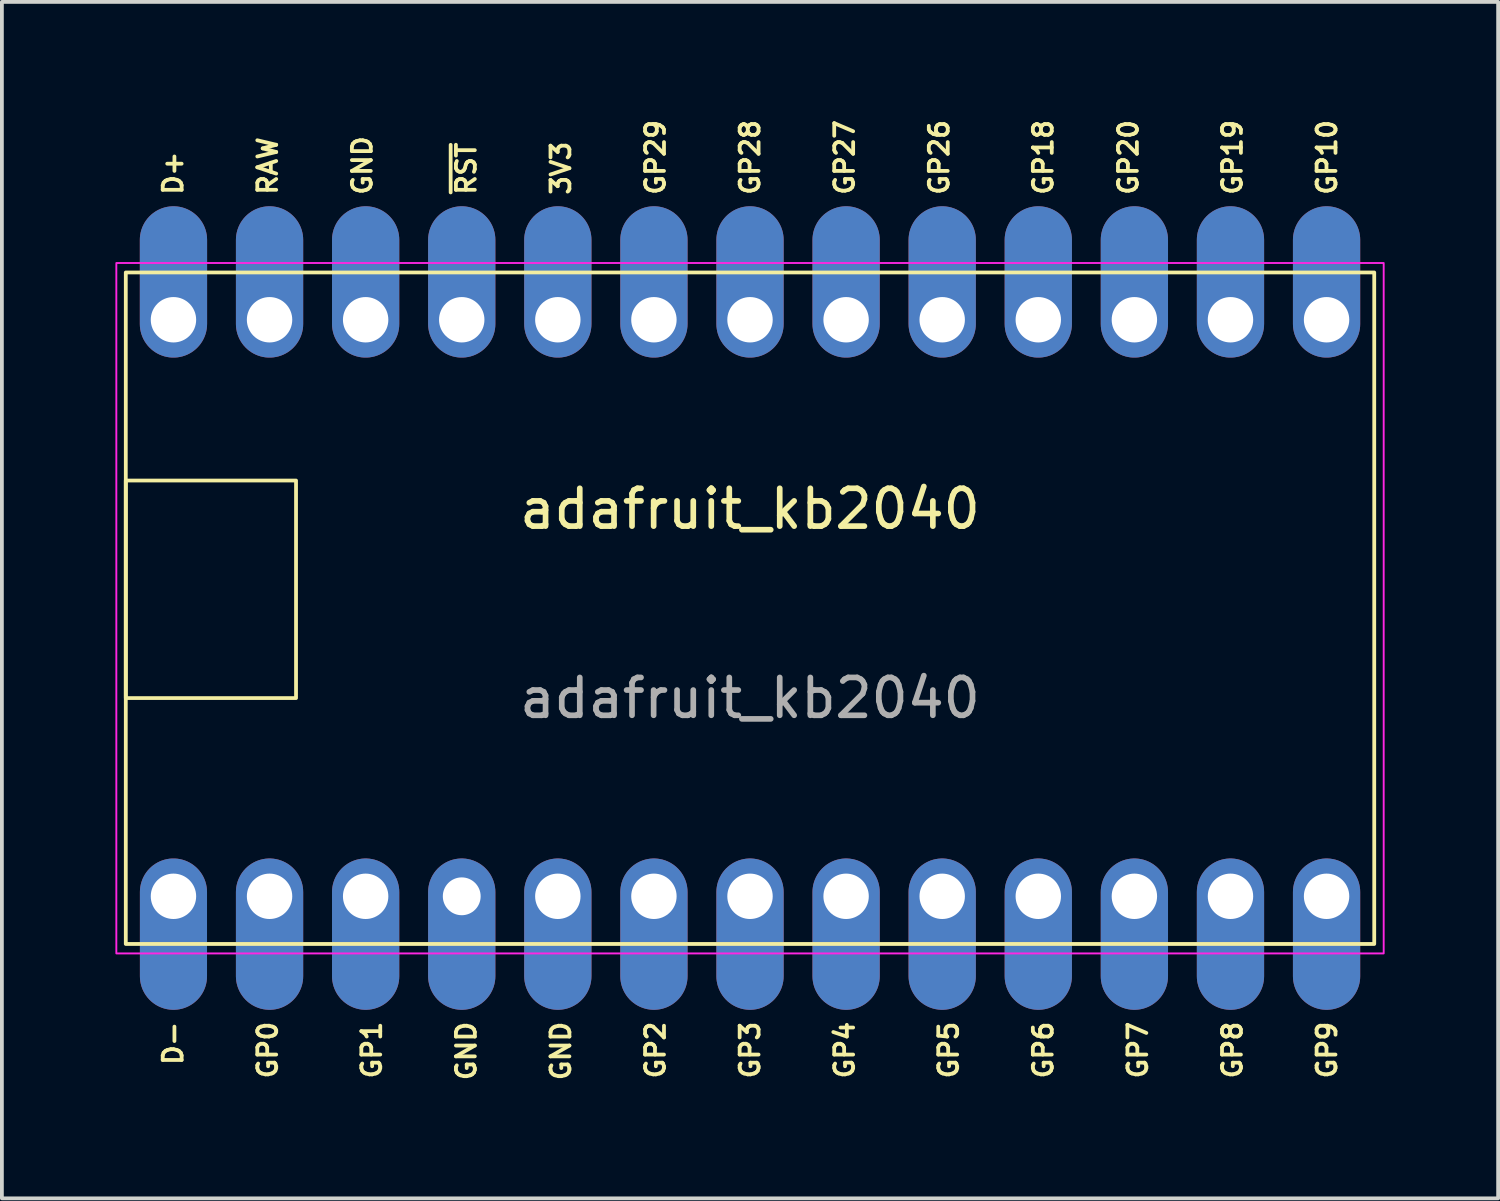
<source format=kicad_pcb>
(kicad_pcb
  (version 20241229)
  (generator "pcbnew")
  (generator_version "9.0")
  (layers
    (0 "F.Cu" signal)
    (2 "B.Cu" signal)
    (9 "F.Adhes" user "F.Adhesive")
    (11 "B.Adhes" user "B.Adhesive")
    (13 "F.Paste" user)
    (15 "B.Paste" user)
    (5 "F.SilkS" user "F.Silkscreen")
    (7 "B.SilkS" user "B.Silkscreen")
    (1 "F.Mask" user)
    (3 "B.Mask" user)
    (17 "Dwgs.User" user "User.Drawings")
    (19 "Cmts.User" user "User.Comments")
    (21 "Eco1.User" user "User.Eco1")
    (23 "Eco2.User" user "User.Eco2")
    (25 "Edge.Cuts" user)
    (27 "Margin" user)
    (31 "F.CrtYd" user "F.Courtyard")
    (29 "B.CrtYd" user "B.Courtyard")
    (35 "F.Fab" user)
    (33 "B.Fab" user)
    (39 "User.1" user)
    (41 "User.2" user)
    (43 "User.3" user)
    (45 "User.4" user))
  (footprint "adafruit_kb2040"
    (layer "F.Cu")
    (at 16.775 12.902)
    (property "Reference" "adafruit_kb2040" (at 0 -2.5 0) (unlocked yes) (layer "F.SilkS") (effects (font (size 1 1) (thickness 0.15))))
    (attr through_hole)
    (fp_rect (start -16.5 -8.75) (end 16.5 9) (stroke (width 0.1) (type default)) (fill no) (layer "F.SilkS"))
    (fp_rect (start -16.5 -3.25) (end -12 2.5) (stroke (width 0.1) (type default)) (fill no) (layer "F.SilkS"))
    (fp_rect (start -16.75 -9) (end 16.75 9.25) (stroke (width 0.05) (type default)) (fill no) (layer "F.CrtYd"))
    (fp_poly (pts (xy -7.874 -7.246) (xy -7.366 -7.246) (xy -7.366 -7.754) (xy -7.874 -7.754)) (stroke (width 0.1) (type default)) (fill no) (layer "F.Fab"))
    (fp_poly (pts (xy -5.334 -7.246) (xy -4.826 -7.246) (xy -4.826 -7.754) (xy -5.334 -7.754)) (stroke (width 0.1) (type default)) (fill no) (layer "F.Fab"))
    (fp_poly (pts (xy -2.794 -7.246) (xy -2.286 -7.246) (xy -2.286 -7.754) (xy -2.794 -7.754)) (stroke (width 0.1) (type default)) (fill no) (layer "F.Fab"))
    (fp_poly (pts (xy -0.254 -7.246) (xy 0.254 -7.246) (xy 0.254 -7.754) (xy -0.254 -7.754)) (stroke (width 0.1) (type default)) (fill no) (layer "F.Fab"))
    (fp_text user "GND" (at -5 11 90) (unlocked yes) (layer "F.SilkS") (effects (font (size 0.5 0.5) (thickness 0.1)) (justify right)))
    (fp_text user "GND" (at -10.25 -10.75 90) (unlocked yes) (layer "F.SilkS") (effects (font (size 0.5 0.5) (thickness 0.1)) (justify left)))
    (fp_text user "GP19" (at 12.75 -10.75 90) (unlocked yes) (layer "F.SilkS") (effects (font (size 0.5 0.5) (thickness 0.1)) (justify left)))
    (fp_text user "D+" (at -15.25 -10.75 90) (unlocked yes) (layer "F.SilkS") (effects (font (size 0.5 0.5) (thickness 0.1)) (justify left)))
    (fp_text user "3V3" (at -5 -10.75 90) (unlocked yes) (layer "F.SilkS") (effects (font (size 0.5 0.5) (thickness 0.1)) (justify left)))
    (fp_text user "GP9" (at 15.25 11 90) (unlocked yes) (layer "F.SilkS") (effects (font (size 0.5 0.5) (thickness 0.1)) (justify right)))
    (fp_text user "GP6" (at 7.75 11 90) (unlocked yes) (layer "F.SilkS") (effects (font (size 0.5 0.5) (thickness 0.1)) (justify right)))
    (fp_text user "GP3" (at 0 11 90) (unlocked yes) (layer "F.SilkS") (effects (font (size 0.5 0.5) (thickness 0.1)) (justify right)))
    (fp_text user "GP1" (at -10 11 90) (unlocked yes) (layer "F.SilkS") (effects (font (size 0.5 0.5) (thickness 0.1)) (justify right)))
    (fp_text user "~{RST}" (at -7.5 -10.75 90) (unlocked yes) (layer "F.SilkS") (effects (font (size 0.5 0.5) (thickness 0.1)) (justify left)))
    (fp_text user "GP2" (at -2.5 11 90) (unlocked yes) (layer "F.SilkS") (effects (font (size 0.5 0.5) (thickness 0.1)) (justify right)))
    (fp_text user "GP26" (at 5 -10.75 90) (unlocked yes) (layer "F.SilkS") (effects (font (size 0.5 0.5) (thickness 0.1)) (justify left)))
    (fp_text user "GP20" (at 10 -10.75 90) (unlocked yes) (layer "F.SilkS") (effects (font (size 0.5 0.5) (thickness 0.1)) (justify left)))
    (fp_text user "GP0" (at -12.75 11 90) (unlocked yes) (layer "F.SilkS") (effects (font (size 0.5 0.5) (thickness 0.1)) (justify right)))
    (fp_text user "GP18" (at 7.75 -10.75 90) (unlocked yes) (layer "F.SilkS") (effects (font (size 0.5 0.5) (thickness 0.1)) (justify left)))
    (fp_text user "RAW" (at -12.75 -10.75 90) (unlocked yes) (layer "F.SilkS") (effects (font (size 0.5 0.5) (thickness 0.1)) (justify left)))
    (fp_text user "GP7" (at 10.25 11 90) (unlocked yes) (layer "F.SilkS") (effects (font (size 0.5 0.5) (thickness 0.1)) (justify right)))
    (fp_text user "GP5" (at 5.25 11 90) (unlocked yes) (layer "F.SilkS") (effects (font (size 0.5 0.5) (thickness 0.1)) (justify right)))
    (fp_text user "GP10" (at 15.25 -10.75 90) (unlocked yes) (layer "F.SilkS") (effects (font (size 0.5 0.5) (thickness 0.1)) (justify left)))
    (fp_text user "GND" (at -7.5 11 90) (unlocked yes) (layer "F.SilkS") (effects (font (size 0.5 0.5) (thickness 0.1)) (justify right)))
    (fp_text user "GP8" (at 12.75 11 90) (unlocked yes) (layer "F.SilkS") (effects (font (size 0.5 0.5) (thickness 0.1)) (justify right)))
    (fp_text user "GP27" (at 2.5 -10.75 90) (unlocked yes) (layer "F.SilkS") (effects (font (size 0.5 0.5) (thickness 0.1)) (justify left)))
    (fp_text user "GP28" (at 0 -10.75 90) (unlocked yes) (layer "F.SilkS") (effects (font (size 0.5 0.5) (thickness 0.1)) (justify left)))
    (fp_text user "D-" (at -15.25 11 90) (unlocked yes) (layer "F.SilkS") (effects (font (size 0.5 0.5) (thickness 0.1)) (justify right)))
    (fp_text user "GP29" (at -2.5 -10.75 90) (unlocked yes) (layer "F.SilkS") (effects (font (size 0.5 0.5) (thickness 0.1)) (justify left)))
    (fp_text user "GP4" (at 2.5 11 90) (unlocked yes) (layer "F.SilkS") (effects (font (size 0.5 0.5) (thickness 0.1)) (justify right)))
    (fp_text user "${REFERENCE}" (at 0 2.5 0) (unlocked yes) (layer "F.Fab") (effects (font (size 1 1) (thickness 0.15))))
    (pad "1" thru_hole oval (at -15.24 7.74 90) (size 4 1.774) (drill 1.2 (offset -1 0)) (layers "*.Cu" "*.Mask"))
    (pad "2" thru_hole oval (at -12.7 7.74 90) (size 4 1.778) (drill 1.2 (offset -1 0)) (layers "*.Cu" "*.Mask"))
    (pad "3" thru_hole oval (at -10.16 7.74 90) (size 4 1.778) (drill 1.2 (offset -1 0)) (layers "*.Cu" "*.Mask"))
    (pad "4" thru_hole oval (at -7.62 7.74 90) (size 4 1.778) (drill 1 (offset -1 0)) (layers "*.Cu" "*.Mask"))
    (pad "5" thru_hole oval (at -5.08 7.74 90) (size 4 1.778) (drill 1.2 (offset -1 0)) (layers "*.Cu" "*.Mask"))
    (pad "6" thru_hole oval (at -2.54 7.74 90) (size 4 1.778) (drill 1.2 (offset -1 0)) (layers "*.Cu" "*.Mask"))
    (pad "7" thru_hole oval (at 0 7.74 90) (size 4 1.778) (drill 1.2 (offset -1 0)) (layers "*.Cu" "*.Mask"))
    (pad "8" thru_hole oval (at 2.54 7.74 90) (size 4 1.778) (drill 1.2 (offset -1 0)) (layers "*.Cu" "*.Mask"))
    (pad "9" thru_hole oval (at 5.08 7.74 90) (size 4 1.778) (drill 1.2 (offset -1 0)) (layers "*.Cu" "*.Mask"))
    (pad "10" thru_hole oval (at 7.62 7.74 90) (size 4 1.778) (drill 1.2 (offset -1 0)) (layers "*.Cu" "*.Mask"))
    (pad "11" thru_hole oval (at 10.16 7.74 90) (size 4 1.778) (drill 1.2 (offset -1 0)) (layers "*.Cu" "*.Mask"))
    (pad "12" thru_hole oval (at 12.7 7.74 90) (size 4 1.778) (drill 1.2 (offset -1 0)) (layers "*.Cu" "*.Mask"))
    (pad "13" thru_hole oval (at 15.24 7.74 90) (size 4 1.778) (drill 1.2 (offset -1 0)) (layers "*.Cu" "*.Mask"))
    (pad "14" thru_hole oval (at 15.24 -7.5 270) (size 4 1.778) (drill 1.2 (offset -1 0)) (layers "*.Cu" "*.Mask"))
    (pad "15" thru_hole oval (at 12.7 -7.5 270) (size 4 1.778) (drill 1.2 (offset -1 0)) (layers "*.Cu" "*.Mask"))
    (pad "16" thru_hole oval (at 10.16 -7.5 270) (size 4 1.778) (drill 1.2 (offset -1 0)) (layers "*.Cu" "*.Mask"))
    (pad "17" thru_hole oval (at 7.62 -7.5 270) (size 4 1.778) (drill 1.2 (offset -1 0)) (layers "*.Cu" "*.Mask"))
    (pad "18" thru_hole oval (at 5.08 -7.5 270) (size 4 1.778) (drill 1.2 (offset -1 0)) (layers "*.Cu" "*.Mask"))
    (pad "19" thru_hole oval (at 2.54 -7.5 270) (size 4 1.778) (drill 1.2 (offset -1 0)) (layers "*.Cu" "*.Mask"))
    (pad "20" thru_hole oval (at 0 -7.5 270) (size 4 1.778) (drill 1.2 (offset -1 0)) (layers "*.Cu" "*.Mask"))
    (pad "21" thru_hole oval (at -2.54 -7.5 270) (size 4 1.778) (drill 1.2 (offset -1 0)) (layers "*.Cu" "*.Mask"))
    (pad "22" thru_hole oval (at -5.08 -7.5 270) (size 4 1.778) (drill 1.2 (offset -1 0)) (layers "*.Cu" "*.Mask"))
    (pad "23" thru_hole oval (at -7.62 -7.5 270) (size 4 1.778) (drill 1.2 (offset -1 0)) (layers "*.Cu" "*.Mask"))
    (pad "24" thru_hole oval (at -10.16 -7.5 270) (size 4 1.778) (drill 1.2 (offset -1 0)) (layers "*.Cu" "*.Mask"))
    (pad "25" thru_hole oval (at -12.7 -7.5 270) (size 4 1.778) (drill 1.2 (offset -1 0)) (layers "*.Cu" "*.Mask"))
    (pad "26" thru_hole oval (at -15.24 -7.5 270) (size 4 1.778) (drill 1.2 (offset -1 0)) (layers "*.Cu" "*.Mask")))
  (gr_rect
    (start -3 -3)
    (end 36.55 28.626)
    (stroke (width 0.1) (type default))
    (fill no)
    (layer "Edge.Cuts")))
</source>
